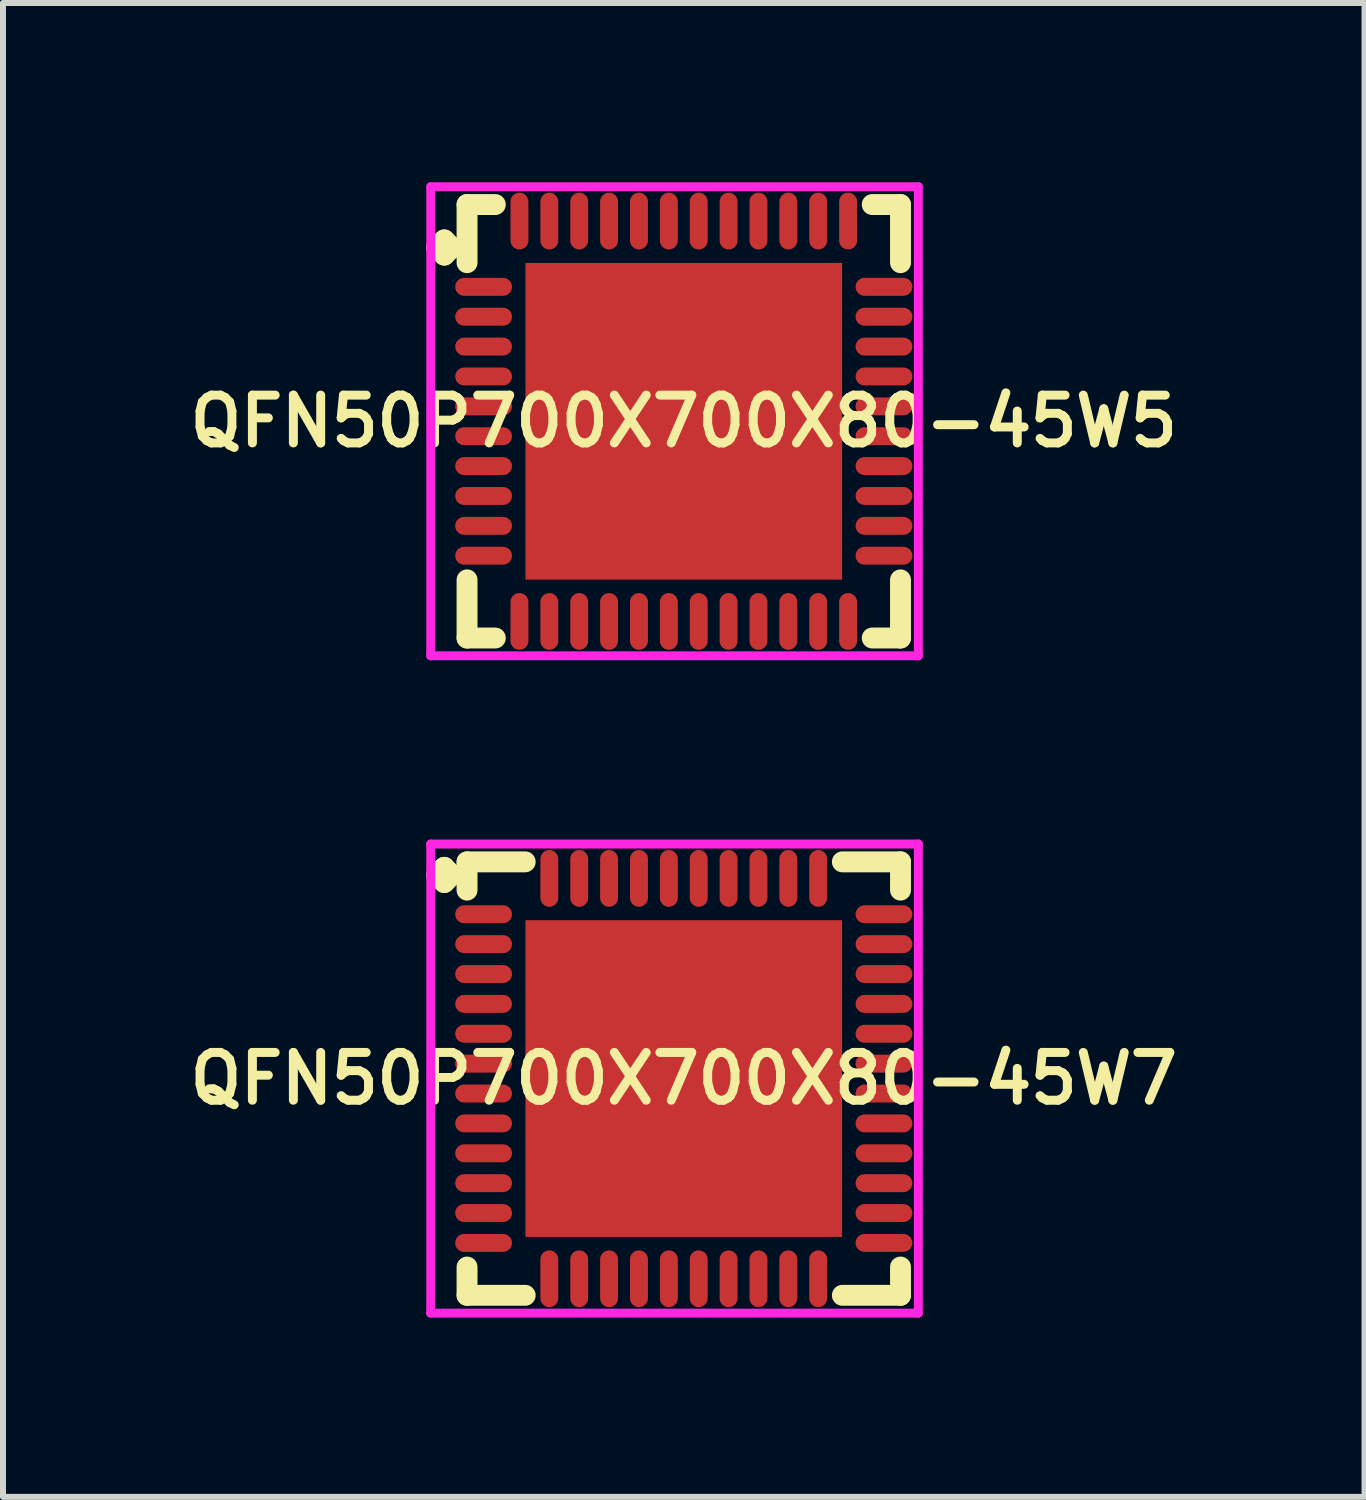
<source format=kicad_pcb>
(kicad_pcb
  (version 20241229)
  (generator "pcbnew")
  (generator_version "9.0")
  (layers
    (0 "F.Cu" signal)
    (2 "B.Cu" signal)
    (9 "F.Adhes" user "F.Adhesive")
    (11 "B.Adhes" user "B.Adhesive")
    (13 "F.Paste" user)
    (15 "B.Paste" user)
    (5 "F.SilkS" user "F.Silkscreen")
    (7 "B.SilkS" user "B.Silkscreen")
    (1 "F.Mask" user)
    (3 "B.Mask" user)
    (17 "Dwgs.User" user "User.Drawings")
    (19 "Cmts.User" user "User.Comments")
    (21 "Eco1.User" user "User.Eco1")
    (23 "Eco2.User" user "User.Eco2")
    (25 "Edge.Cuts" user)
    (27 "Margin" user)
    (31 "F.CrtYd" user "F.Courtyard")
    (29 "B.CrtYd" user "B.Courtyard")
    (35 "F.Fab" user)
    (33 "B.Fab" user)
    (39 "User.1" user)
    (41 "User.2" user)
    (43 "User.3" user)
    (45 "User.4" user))
  (footprint "QFN50P700X700X80-45W5"
    (layer "F.Cu")
    (at 8.393 4)
    (property "Reference" "QFN50P700X700X80-45W5" (at 0 0 0) (layer "F.SilkS") (effects (font (size 0.8 0.8) (thickness 0.15))))
    (attr smd)
    (fp_line (start -4.135 -2.908) (end -4.008 -3.035) (stroke (width 0.35) (type solid)) (layer "F.SilkS"))
    (fp_line (start -4.008 -3.035) (end -3.881 -2.908) (stroke (width 0.35) (type solid)) (layer "F.SilkS"))
    (fp_line (start -4.008 -2.781) (end -4.135 -2.908) (stroke (width 0.35) (type solid)) (layer "F.SilkS"))
    (fp_line (start -3.881 -2.908) (end -4.008 -2.781) (stroke (width 0.35) (type solid)) (layer "F.SilkS"))
    (fp_line (start -3.627 -3.627) (end -3.154 -3.627) (stroke (width 0.35) (type solid)) (layer "F.SilkS"))
    (fp_line (start -3.627 -2.654) (end -3.627 -3.627) (stroke (width 0.35) (type solid)) (layer "F.SilkS"))
    (fp_line (start -3.627 2.654) (end -3.627 3.627) (stroke (width 0.35) (type solid)) (layer "F.SilkS"))
    (fp_line (start -3.627 3.627) (end -3.154 3.627) (stroke (width 0.35) (type solid)) (layer "F.SilkS"))
    (fp_line (start 3.154 -3.627) (end 3.627 -3.627) (stroke (width 0.35) (type solid)) (layer "F.SilkS"))
    (fp_line (start 3.154 3.627) (end 3.627 3.627) (stroke (width 0.35) (type solid)) (layer "F.SilkS"))
    (fp_line (start 3.627 -3.627) (end 3.627 -2.654) (stroke (width 0.35) (type solid)) (layer "F.SilkS"))
    (fp_line (start 3.627 3.627) (end 3.627 2.654) (stroke (width 0.35) (type solid)) (layer "F.SilkS"))
    (fp_line (start -4.235 -3.925) (end 3.925 -3.925) (stroke (width 0.15) (type solid)) (layer "F.CrtYd"))
    (fp_line (start -4.235 3.925) (end -4.235 -3.925) (stroke (width 0.15) (type solid)) (layer "F.CrtYd"))
    (fp_line (start 3.925 -3.925) (end 3.925 3.925) (stroke (width 0.15) (type solid)) (layer "F.CrtYd"))
    (fp_line (start 3.925 3.925) (end -4.235 3.925) (stroke (width 0.15) (type solid)) (layer "F.CrtYd"))
    (pad "1" smd oval (at -3.35 -2.25) (size 0.95 0.3) (layers "F.Cu" "F.Mask" "F.Paste"))
    (pad "2" smd oval (at -3.35 -1.75) (size 0.95 0.3) (layers "F.Cu" "F.Mask" "F.Paste"))
    (pad "3" smd oval (at -3.35 -1.25) (size 0.95 0.3) (layers "F.Cu" "F.Mask" "F.Paste"))
    (pad "4" smd oval (at -3.35 -0.75) (size 0.95 0.3) (layers "F.Cu" "F.Mask" "F.Paste"))
    (pad "5" smd oval (at -3.35 -0.25) (size 0.95 0.3) (layers "F.Cu" "F.Mask" "F.Paste"))
    (pad "6" smd oval (at -3.35 0.25) (size 0.95 0.3) (layers "F.Cu" "F.Mask" "F.Paste"))
    (pad "7" smd oval (at -3.35 0.75) (size 0.95 0.3) (layers "F.Cu" "F.Mask" "F.Paste"))
    (pad "8" smd oval (at -3.35 1.25) (size 0.95 0.3) (layers "F.Cu" "F.Mask" "F.Paste"))
    (pad "9" smd oval (at -3.35 1.75) (size 0.95 0.3) (layers "F.Cu" "F.Mask" "F.Paste"))
    (pad "10" smd oval (at -3.35 2.25) (size 0.95 0.3) (layers "F.Cu" "F.Mask" "F.Paste"))
    (pad "11" smd oval (at -2.75 3.35) (size 0.3 0.95) (layers "F.Cu" "F.Mask" "F.Paste"))
    (pad "12" smd oval (at -2.25 3.35) (size 0.3 0.95) (layers "F.Cu" "F.Mask" "F.Paste"))
    (pad "13" smd oval (at -1.75 3.35) (size 0.3 0.95) (layers "F.Cu" "F.Mask" "F.Paste"))
    (pad "14" smd oval (at -1.25 3.35) (size 0.3 0.95) (layers "F.Cu" "F.Mask" "F.Paste"))
    (pad "15" smd oval (at -0.75 3.35) (size 0.3 0.95) (layers "F.Cu" "F.Mask" "F.Paste"))
    (pad "16" smd oval (at -0.25 3.35) (size 0.3 0.95) (layers "F.Cu" "F.Mask" "F.Paste"))
    (pad "17" smd oval (at 0.25 3.35) (size 0.3 0.95) (layers "F.Cu" "F.Mask" "F.Paste"))
    (pad "18" smd oval (at 0.75 3.35) (size 0.3 0.95) (layers "F.Cu" "F.Mask" "F.Paste"))
    (pad "19" smd oval (at 1.25 3.35) (size 0.3 0.95) (layers "F.Cu" "F.Mask" "F.Paste"))
    (pad "20" smd oval (at 1.75 3.35) (size 0.3 0.95) (layers "F.Cu" "F.Mask" "F.Paste"))
    (pad "21" smd oval (at 2.25 3.35) (size 0.3 0.95) (layers "F.Cu" "F.Mask" "F.Paste"))
    (pad "22" smd oval (at 2.75 3.35) (size 0.3 0.95) (layers "F.Cu" "F.Mask" "F.Paste"))
    (pad "23" smd oval (at 3.35 2.25) (size 0.95 0.3) (layers "F.Cu" "F.Mask" "F.Paste"))
    (pad "24" smd oval (at 3.35 1.75) (size 0.95 0.3) (layers "F.Cu" "F.Mask" "F.Paste"))
    (pad "25" smd oval (at 3.35 1.25) (size 0.95 0.3) (layers "F.Cu" "F.Mask" "F.Paste"))
    (pad "26" smd oval (at 3.35 0.75) (size 0.95 0.3) (layers "F.Cu" "F.Mask" "F.Paste"))
    (pad "27" smd oval (at 3.35 0.25) (size 0.95 0.3) (layers "F.Cu" "F.Mask" "F.Paste"))
    (pad "28" smd oval (at 3.35 -0.25) (size 0.95 0.3) (layers "F.Cu" "F.Mask" "F.Paste"))
    (pad "29" smd oval (at 3.35 -0.75) (size 0.95 0.3) (layers "F.Cu" "F.Mask" "F.Paste"))
    (pad "30" smd oval (at 3.35 -1.25) (size 0.95 0.3) (layers "F.Cu" "F.Mask" "F.Paste"))
    (pad "31" smd oval (at 3.35 -1.75) (size 0.95 0.3) (layers "F.Cu" "F.Mask" "F.Paste"))
    (pad "32" smd oval (at 3.35 -2.25) (size 0.95 0.3) (layers "F.Cu" "F.Mask" "F.Paste"))
    (pad "33" smd oval (at 2.75 -3.35) (size 0.3 0.95) (layers "F.Cu" "F.Mask" "F.Paste"))
    (pad "34" smd oval (at 2.25 -3.35) (size 0.3 0.95) (layers "F.Cu" "F.Mask" "F.Paste"))
    (pad "35" smd oval (at 1.75 -3.35) (size 0.3 0.95) (layers "F.Cu" "F.Mask" "F.Paste"))
    (pad "36" smd oval (at 1.25 -3.35) (size 0.3 0.95) (layers "F.Cu" "F.Mask" "F.Paste"))
    (pad "37" smd oval (at 0.75 -3.35) (size 0.3 0.95) (layers "F.Cu" "F.Mask" "F.Paste"))
    (pad "38" smd oval (at 0.25 -3.35) (size 0.3 0.95) (layers "F.Cu" "F.Mask" "F.Paste"))
    (pad "39" smd oval (at -0.25 -3.35) (size 0.3 0.95) (layers "F.Cu" "F.Mask" "F.Paste"))
    (pad "40" smd oval (at -0.75 -3.35) (size 0.3 0.95) (layers "F.Cu" "F.Mask" "F.Paste"))
    (pad "41" smd oval (at -1.25 -3.35) (size 0.3 0.95) (layers "F.Cu" "F.Mask" "F.Paste"))
    (pad "42" smd oval (at -1.75 -3.35) (size 0.3 0.95) (layers "F.Cu" "F.Mask" "F.Paste"))
    (pad "43" smd oval (at -2.25 -3.35) (size 0.3 0.95) (layers "F.Cu" "F.Mask" "F.Paste"))
    (pad "44" smd oval (at -2.75 -3.35) (size 0.3 0.95) (layers "F.Cu" "F.Mask" "F.Paste"))
    (pad "45" smd rect (at 0 0) (size 5.3 5.3) (layers "F.Cu" "F.Mask" "F.Paste")))
  (footprint "QFN50P700X700X80-45W7"
    (layer "F.Cu")
    (at 8.393 15)
    (property "Reference" "QFN50P700X700X80-45W7" (at 0 0 0) (layer "F.SilkS") (effects (font (size 0.8 0.8) (thickness 0.15))))
    (attr smd)
    (fp_line (start -4.135 -3.408) (end -4.008 -3.535) (stroke (width 0.35) (type solid)) (layer "F.SilkS"))
    (fp_line (start -4.008 -3.535) (end -3.881 -3.408) (stroke (width 0.35) (type solid)) (layer "F.SilkS"))
    (fp_line (start -4.008 -3.281) (end -4.135 -3.408) (stroke (width 0.35) (type solid)) (layer "F.SilkS"))
    (fp_line (start -3.881 -3.408) (end -4.008 -3.281) (stroke (width 0.35) (type solid)) (layer "F.SilkS"))
    (fp_line (start -3.627 -3.627) (end -2.654 -3.627) (stroke (width 0.35) (type solid)) (layer "F.SilkS"))
    (fp_line (start -3.627 -3.154) (end -3.627 -3.627) (stroke (width 0.35) (type solid)) (layer "F.SilkS"))
    (fp_line (start -3.627 3.154) (end -3.627 3.627) (stroke (width 0.35) (type solid)) (layer "F.SilkS"))
    (fp_line (start -3.627 3.627) (end -2.654 3.627) (stroke (width 0.35) (type solid)) (layer "F.SilkS"))
    (fp_line (start 2.654 -3.627) (end 3.627 -3.627) (stroke (width 0.35) (type solid)) (layer "F.SilkS"))
    (fp_line (start 2.654 3.627) (end 3.627 3.627) (stroke (width 0.35) (type solid)) (layer "F.SilkS"))
    (fp_line (start 3.627 -3.627) (end 3.627 -3.154) (stroke (width 0.35) (type solid)) (layer "F.SilkS"))
    (fp_line (start 3.627 3.627) (end 3.627 3.154) (stroke (width 0.35) (type solid)) (layer "F.SilkS"))
    (fp_line (start -4.235 -3.925) (end 3.925 -3.925) (stroke (width 0.15) (type solid)) (layer "F.CrtYd"))
    (fp_line (start -4.235 3.925) (end -4.235 -3.925) (stroke (width 0.15) (type solid)) (layer "F.CrtYd"))
    (fp_line (start 3.925 -3.925) (end 3.925 3.925) (stroke (width 0.15) (type solid)) (layer "F.CrtYd"))
    (fp_line (start 3.925 3.925) (end -4.235 3.925) (stroke (width 0.15) (type solid)) (layer "F.CrtYd"))
    (pad "1" smd oval (at -3.35 -2.75) (size 0.95 0.3) (layers "F.Cu" "F.Mask" "F.Paste"))
    (pad "2" smd oval (at -3.35 -2.25) (size 0.95 0.3) (layers "F.Cu" "F.Mask" "F.Paste"))
    (pad "3" smd oval (at -3.35 -1.75) (size 0.95 0.3) (layers "F.Cu" "F.Mask" "F.Paste"))
    (pad "4" smd oval (at -3.35 -1.25) (size 0.95 0.3) (layers "F.Cu" "F.Mask" "F.Paste"))
    (pad "5" smd oval (at -3.35 -0.75) (size 0.95 0.3) (layers "F.Cu" "F.Mask" "F.Paste"))
    (pad "6" smd oval (at -3.35 -0.25) (size 0.95 0.3) (layers "F.Cu" "F.Mask" "F.Paste"))
    (pad "7" smd oval (at -3.35 0.25) (size 0.95 0.3) (layers "F.Cu" "F.Mask" "F.Paste"))
    (pad "8" smd oval (at -3.35 0.75) (size 0.95 0.3) (layers "F.Cu" "F.Mask" "F.Paste"))
    (pad "9" smd oval (at -3.35 1.25) (size 0.95 0.3) (layers "F.Cu" "F.Mask" "F.Paste"))
    (pad "10" smd oval (at -3.35 1.75) (size 0.95 0.3) (layers "F.Cu" "F.Mask" "F.Paste"))
    (pad "11" smd oval (at -3.35 2.25) (size 0.95 0.3) (layers "F.Cu" "F.Mask" "F.Paste"))
    (pad "12" smd oval (at -3.35 2.75) (size 0.95 0.3) (layers "F.Cu" "F.Mask" "F.Paste"))
    (pad "13" smd oval (at -2.25 3.35) (size 0.3 0.95) (layers "F.Cu" "F.Mask" "F.Paste"))
    (pad "14" smd oval (at -1.75 3.35) (size 0.3 0.95) (layers "F.Cu" "F.Mask" "F.Paste"))
    (pad "15" smd oval (at -1.25 3.35) (size 0.3 0.95) (layers "F.Cu" "F.Mask" "F.Paste"))
    (pad "16" smd oval (at -0.75 3.35) (size 0.3 0.95) (layers "F.Cu" "F.Mask" "F.Paste"))
    (pad "17" smd oval (at -0.25 3.35) (size 0.3 0.95) (layers "F.Cu" "F.Mask" "F.Paste"))
    (pad "18" smd oval (at 0.25 3.35) (size 0.3 0.95) (layers "F.Cu" "F.Mask" "F.Paste"))
    (pad "19" smd oval (at 0.75 3.35) (size 0.3 0.95) (layers "F.Cu" "F.Mask" "F.Paste"))
    (pad "20" smd oval (at 1.25 3.35) (size 0.3 0.95) (layers "F.Cu" "F.Mask" "F.Paste"))
    (pad "21" smd oval (at 1.75 3.35) (size 0.3 0.95) (layers "F.Cu" "F.Mask" "F.Paste"))
    (pad "22" smd oval (at 2.25 3.35) (size 0.3 0.95) (layers "F.Cu" "F.Mask" "F.Paste"))
    (pad "23" smd oval (at 3.35 2.75) (size 0.95 0.3) (layers "F.Cu" "F.Mask" "F.Paste"))
    (pad "24" smd oval (at 3.35 2.25) (size 0.95 0.3) (layers "F.Cu" "F.Mask" "F.Paste"))
    (pad "25" smd oval (at 3.35 1.75) (size 0.95 0.3) (layers "F.Cu" "F.Mask" "F.Paste"))
    (pad "26" smd oval (at 3.35 1.25) (size 0.95 0.3) (layers "F.Cu" "F.Mask" "F.Paste"))
    (pad "27" smd oval (at 3.35 0.75) (size 0.95 0.3) (layers "F.Cu" "F.Mask" "F.Paste"))
    (pad "28" smd oval (at 3.35 0.25) (size 0.95 0.3) (layers "F.Cu" "F.Mask" "F.Paste"))
    (pad "29" smd oval (at 3.35 -0.25) (size 0.95 0.3) (layers "F.Cu" "F.Mask" "F.Paste"))
    (pad "30" smd oval (at 3.35 -0.75) (size 0.95 0.3) (layers "F.Cu" "F.Mask" "F.Paste"))
    (pad "31" smd oval (at 3.35 -1.25) (size 0.95 0.3) (layers "F.Cu" "F.Mask" "F.Paste"))
    (pad "32" smd oval (at 3.35 -1.75) (size 0.95 0.3) (layers "F.Cu" "F.Mask" "F.Paste"))
    (pad "33" smd oval (at 3.35 -2.25) (size 0.95 0.3) (layers "F.Cu" "F.Mask" "F.Paste"))
    (pad "34" smd oval (at 3.35 -2.75) (size 0.95 0.3) (layers "F.Cu" "F.Mask" "F.Paste"))
    (pad "35" smd oval (at 2.25 -3.35) (size 0.3 0.95) (layers "F.Cu" "F.Mask" "F.Paste"))
    (pad "36" smd oval (at 1.75 -3.35) (size 0.3 0.95) (layers "F.Cu" "F.Mask" "F.Paste"))
    (pad "37" smd oval (at 1.25 -3.35) (size 0.3 0.95) (layers "F.Cu" "F.Mask" "F.Paste"))
    (pad "38" smd oval (at 0.75 -3.35) (size 0.3 0.95) (layers "F.Cu" "F.Mask" "F.Paste"))
    (pad "39" smd oval (at 0.25 -3.35) (size 0.3 0.95) (layers "F.Cu" "F.Mask" "F.Paste"))
    (pad "40" smd oval (at -0.25 -3.35) (size 0.3 0.95) (layers "F.Cu" "F.Mask" "F.Paste"))
    (pad "41" smd oval (at -0.75 -3.35) (size 0.3 0.95) (layers "F.Cu" "F.Mask" "F.Paste"))
    (pad "42" smd oval (at -1.25 -3.35) (size 0.3 0.95) (layers "F.Cu" "F.Mask" "F.Paste"))
    (pad "43" smd oval (at -1.75 -3.35) (size 0.3 0.95) (layers "F.Cu" "F.Mask" "F.Paste"))
    (pad "44" smd oval (at -2.25 -3.35) (size 0.3 0.95) (layers "F.Cu" "F.Mask" "F.Paste"))
    (pad "45" smd rect (at 0 0) (size 5.3 5.3) (layers "F.Cu" "F.Mask" "F.Paste")))
  (gr_rect
    (start -3 -3)
    (end 19.785 22)
    (stroke (width 0.1) (type default))
    (fill no)
    (layer "Edge.Cuts")))
</source>
